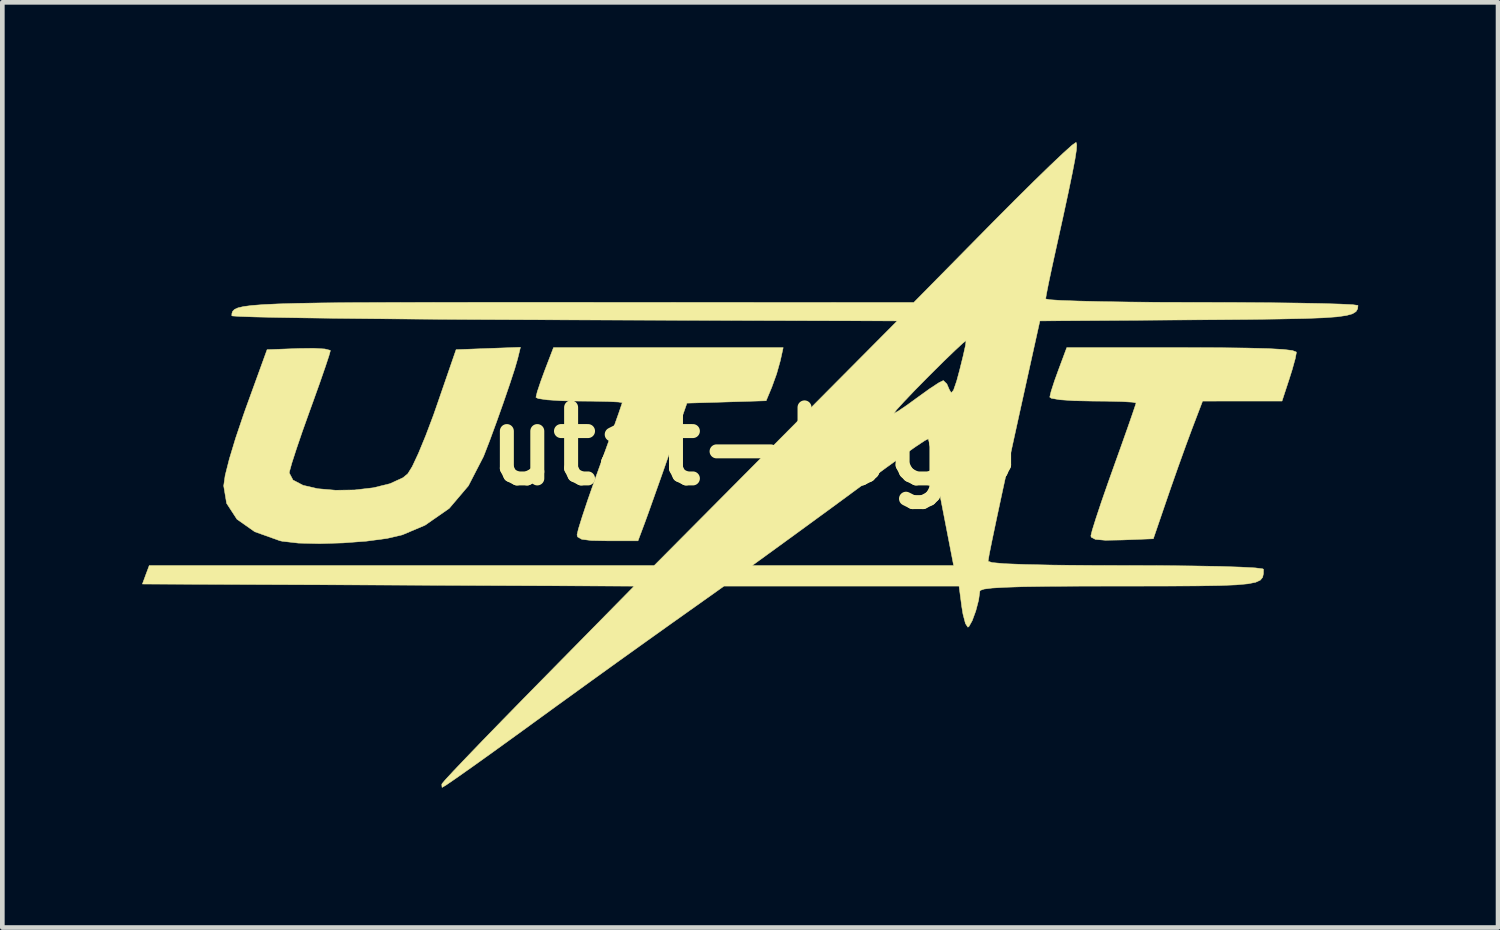
<source format=kicad_pcb>
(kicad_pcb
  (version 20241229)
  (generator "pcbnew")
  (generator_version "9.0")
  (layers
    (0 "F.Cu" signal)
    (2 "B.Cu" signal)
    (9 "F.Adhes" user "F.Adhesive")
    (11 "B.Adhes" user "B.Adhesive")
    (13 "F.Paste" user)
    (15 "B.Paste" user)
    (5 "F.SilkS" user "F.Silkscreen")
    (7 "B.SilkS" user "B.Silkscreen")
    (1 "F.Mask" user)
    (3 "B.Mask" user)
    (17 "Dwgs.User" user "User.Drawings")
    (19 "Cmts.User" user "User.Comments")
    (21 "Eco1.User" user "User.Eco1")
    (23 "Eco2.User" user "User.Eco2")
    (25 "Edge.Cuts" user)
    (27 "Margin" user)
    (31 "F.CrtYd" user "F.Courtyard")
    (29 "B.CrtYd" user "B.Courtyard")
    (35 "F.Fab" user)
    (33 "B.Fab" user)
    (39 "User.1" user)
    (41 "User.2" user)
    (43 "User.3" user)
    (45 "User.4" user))
  (footprint "utat-logo"
    (layer "F.Cu")
    (at 13.122 6.525)
    (property "Reference" "utat-logo" (at 0 0 0) (layer "F.SilkS") (effects (font (size 1.524 1.524) (thickness 0.3))))
    (attr through_hole)
    (fp_poly (pts (xy 0.57 -1.839) (xy 0.49 -1.554) (xy 0.387 -1.269) (xy 0.265 -0.977) (xy -0.585 -0.951) (xy -1.434 -0.926) (xy -1.819 0.176) (xy -1.977 0.627) (xy -2.128 1.052) (xy -2.254 1.407) (xy -2.34 1.644) (xy -2.344 1.654) (xy -2.484 2.028) (xy -3.138 2.028) (xy -3.486 2.021) (xy -3.69 1.995) (xy -3.78 1.944) (xy -3.792 1.899) (xy -3.763 1.775) (xy -3.683 1.517) (xy -3.563 1.156) (xy -3.412 0.724) (xy -3.307 0.433) (xy -3.144 -0.02) (xy -3.004 -0.411) (xy -2.897 -0.712) (xy -2.835 -0.895) (xy -2.822 -0.937) (xy -2.904 -0.95) (xy -3.126 -0.961) (xy -3.452 -0.968) (xy -3.748 -0.97) (xy -4.128 -0.977) (xy -4.433 -0.997) (xy -4.625 -1.025) (xy -4.674 -1.05) (xy -4.645 -1.171) (xy -4.568 -1.4) (xy -4.486 -1.624) (xy -4.297 -2.117) (xy 0.631 -2.117) (xy 0.57 -1.839)) (stroke (width 0.01) (type solid)) (fill yes) (layer "F.SilkS"))
    (fp_poly (pts (xy 9.957 -2.115) (xy 10.571 -2.108) (xy 11.034 -2.096) (xy 11.358 -2.078) (xy 11.555 -2.055) (xy 11.637 -2.024) (xy 11.642 -2.014) (xy 11.616 -1.878) (xy 11.549 -1.637) (xy 11.487 -1.441) (xy 11.333 -0.971) (xy 10.481 -0.971) (xy 9.629 -0.97) (xy 9.402 -0.375) (xy 9.271 -0.021) (xy 9.11 0.426) (xy 8.946 0.893) (xy 8.874 1.102) (xy 8.572 1.984) (xy 7.902 2.01) (xy 7.541 2.016) (xy 7.329 1.997) (xy 7.24 1.95) (xy 7.232 1.921) (xy 7.261 1.802) (xy 7.34 1.549) (xy 7.459 1.191) (xy 7.609 0.76) (xy 7.717 0.457) (xy 7.88 0.001) (xy 8.02 -0.394) (xy 8.126 -0.699) (xy 8.189 -0.886) (xy 8.202 -0.931) (xy 8.12 -0.947) (xy 7.898 -0.96) (xy 7.572 -0.968) (xy 7.276 -0.97) (xy 6.874 -0.978) (xy 6.567 -0.999) (xy 6.386 -1.03) (xy 6.35 -1.055) (xy 6.379 -1.178) (xy 6.454 -1.41) (xy 6.533 -1.628) (xy 6.715 -2.117) (xy 9.179 -2.117) (xy 9.957 -2.115)) (stroke (width 0.01) (type solid)) (fill yes) (layer "F.SilkS"))
    (fp_poly (pts (xy -5.066 -1.878) (xy -5.128 -1.664) (xy -5.236 -1.334) (xy -5.373 -0.934) (xy -5.523 -0.512) (xy -5.668 -0.117) (xy -5.793 0.205) (xy -5.799 0.22) (xy -6.123 0.848) (xy -6.535 1.333) (xy -7.054 1.694) (xy -7.541 1.9) (xy -7.866 1.976) (xy -8.308 2.035) (xy -8.809 2.073) (xy -9.315 2.088) (xy -9.769 2.077) (xy -10.117 2.037) (xy -10.167 2.026) (xy -10.707 1.833) (xy -11.088 1.565) (xy -11.31 1.224) (xy -11.373 0.848) (xy -11.341 0.624) (xy -11.252 0.273) (xy -11.118 -0.171) (xy -10.949 -0.671) (xy -10.906 -0.794) (xy -10.442 -2.073) (xy -9.763 -2.098) (xy -9.442 -2.102) (xy -9.203 -2.088) (xy -9.088 -2.059) (xy -9.084 -2.051) (xy -9.113 -1.946) (xy -9.192 -1.707) (xy -9.31 -1.366) (xy -9.458 -0.952) (xy -9.525 -0.767) (xy -9.682 -0.328) (xy -9.814 0.059) (xy -9.911 0.359) (xy -9.961 0.54) (xy -9.966 0.572) (xy -9.886 0.724) (xy -9.67 0.837) (xy -9.354 0.91) (xy -8.973 0.943) (xy -8.564 0.937) (xy -8.163 0.89) (xy -7.805 0.802) (xy -7.526 0.674) (xy -7.423 0.589) (xy -7.328 0.436) (xy -7.195 0.152) (xy -7.038 -0.229) (xy -6.872 -0.669) (xy -6.812 -0.841) (xy -6.387 -2.073) (xy -5.697 -2.099) (xy -5.006 -2.124) (xy -5.066 -1.878)) (stroke (width 0.01) (type solid)) (fill yes) (layer "F.SilkS"))
    (fp_poly (pts (xy 6.916 -6.519) (xy 6.928 -6.471) (xy 6.922 -6.359) (xy 6.892 -6.163) (xy 6.835 -5.866) (xy 6.749 -5.45) (xy 6.63 -4.898) (xy 6.485 -4.242) (xy 6.397 -3.84) (xy 6.325 -3.501) (xy 6.278 -3.262) (xy 6.262 -3.162) (xy 6.347 -3.145) (xy 6.589 -3.129) (xy 6.969 -3.116) (xy 7.469 -3.104) (xy 8.068 -3.095) (xy 8.747 -3.089) (xy 9.488 -3.087) (xy 9.613 -3.087) (xy 10.362 -3.085) (xy 11.053 -3.08) (xy 11.666 -3.073) (xy 12.183 -3.063) (xy 12.584 -3.051) (xy 12.849 -3.038) (xy 12.961 -3.023) (xy 12.963 -3.021) (xy 12.955 -2.949) (xy 12.921 -2.891) (xy 12.847 -2.844) (xy 12.716 -2.807) (xy 12.511 -2.778) (xy 12.217 -2.757) (xy 11.818 -2.742) (xy 11.296 -2.731) (xy 10.636 -2.722) (xy 9.822 -2.715) (xy 9.48 -2.713) (xy 6.138 -2.69) (xy 5.904 -1.632) (xy 5.688 -0.653) (xy 5.499 0.209) (xy 5.339 0.946) (xy 5.21 1.549) (xy 5.114 2.008) (xy 5.052 2.315) (xy 5.028 2.46) (xy 5.027 2.467) (xy 5.115 2.495) (xy 5.379 2.519) (xy 5.819 2.536) (xy 6.434 2.549) (xy 7.224 2.556) (xy 7.982 2.558) (xy 8.75 2.56) (xy 9.428 2.567) (xy 10 2.577) (xy 10.449 2.592) (xy 10.761 2.609) (xy 10.919 2.629) (xy 10.936 2.639) (xy 10.934 2.734) (xy 10.917 2.811) (xy 10.868 2.871) (xy 10.768 2.917) (xy 10.602 2.95) (xy 10.352 2.973) (xy 10.001 2.987) (xy 9.532 2.995) (xy 8.927 2.998) (xy 8.169 2.999) (xy 7.84 2.999) (xy 6.999 3) (xy 6.32 3.004) (xy 5.789 3.012) (xy 5.392 3.025) (xy 5.114 3.041) (xy 4.942 3.063) (xy 4.861 3.091) (xy 4.85 3.109) (xy 4.824 3.299) (xy 4.763 3.532) (xy 4.686 3.742) (xy 4.615 3.868) (xy 4.593 3.881) (xy 4.541 3.802) (xy 4.488 3.599) (xy 4.462 3.44) (xy 4.404 2.999) (xy -0.638 2.999) (xy -1.796 3.821) (xy -2.294 4.176) (xy -2.874 4.591) (xy -3.474 5.023) (xy -4.034 5.428) (xy -4.22 5.562) (xy -4.967 6.105) (xy -5.576 6.545) (xy -6.05 6.884) (xy -6.391 7.124) (xy -6.602 7.269) (xy -6.687 7.319) (xy -6.688 7.319) (xy -6.694 7.258) (xy -6.688 7.239) (xy -6.621 7.159) (xy -6.445 6.969) (xy -6.174 6.684) (xy -5.824 6.32) (xy -5.408 5.892) (xy -4.942 5.415) (xy -4.612 5.079) (xy -2.566 3) (xy -7.842 2.977) (xy -13.117 2.955) (xy -13.044 2.756) (xy -12.97 2.558) (xy -2.136 2.558) (xy -0.034 2.558) (xy 4.288 2.558) (xy 4.027 1.213) (xy 3.936 0.749) (xy 3.856 0.351) (xy 3.793 0.048) (xy 3.753 -0.128) (xy 3.743 -0.161) (xy 3.668 -0.122) (xy 3.476 0.005) (xy 3.193 0.204) (xy 2.843 0.456) (xy 2.631 0.611) (xy 2.167 0.952) (xy 1.673 1.315) (xy 1.202 1.659) (xy 0.809 1.946) (xy 0.755 1.985) (xy -0.034 2.558) (xy -2.136 2.558) (xy 0.471 -0.066) (xy 1.107 -0.707) (xy 3.005 -0.707) (xy 3.007 -0.706) (xy 3.097 -0.754) (xy 3.286 -0.882) (xy 3.528 -1.058) (xy 3.777 -1.237) (xy 3.971 -1.364) (xy 4.067 -1.411) (xy 4.142 -1.338) (xy 4.195 -1.216) (xy 4.236 -1.147) (xy 4.285 -1.203) (xy 4.353 -1.4) (xy 4.416 -1.633) (xy 4.491 -1.935) (xy 4.541 -2.16) (xy 4.555 -2.264) (xy 4.554 -2.266) (xy 4.488 -2.216) (xy 4.322 -2.062) (xy 4.08 -1.829) (xy 3.787 -1.538) (xy 3.746 -1.497) (xy 3.453 -1.2) (xy 3.218 -0.953) (xy 3.061 -0.781) (xy 3.005 -0.707) (xy 1.107 -0.707) (xy 3.078 -2.69) (xy -4.061 -2.712) (xy -5.166 -2.717) (xy -6.219 -2.722) (xy -7.206 -2.729) (xy -8.115 -2.737) (xy -8.932 -2.746) (xy -9.644 -2.755) (xy -10.238 -2.765) (xy -10.701 -2.775) (xy -11.02 -2.786) (xy -11.181 -2.796) (xy -11.199 -2.801) (xy -11.196 -2.852) (xy -11.18 -2.897) (xy -11.141 -2.936) (xy -11.067 -2.97) (xy -10.947 -2.998) (xy -10.771 -3.021) (xy -10.526 -3.04) (xy -10.203 -3.055) (xy -9.789 -3.067) (xy -9.274 -3.076) (xy -8.646 -3.082) (xy -7.894 -3.085) (xy -7.008 -3.087) (xy -5.976 -3.088) (xy -4.786 -3.088) (xy -3.812 -3.088) (xy 3.432 -3.085) (xy 5.149 -4.827) (xy 5.598 -5.278) (xy 6.006 -5.682) (xy 6.358 -6.024) (xy 6.637 -6.288) (xy 6.827 -6.459) (xy 6.913 -6.52) (xy 6.916 -6.519)) (stroke (width 0.01) (type solid)) (fill yes) (layer "F.SilkS")))
  (gr_rect
    (start -3 -3)
    (end 29.09 16.85)
    (stroke (width 0.1) (type default))
    (fill no)
    (layer "Edge.Cuts")))
</source>
